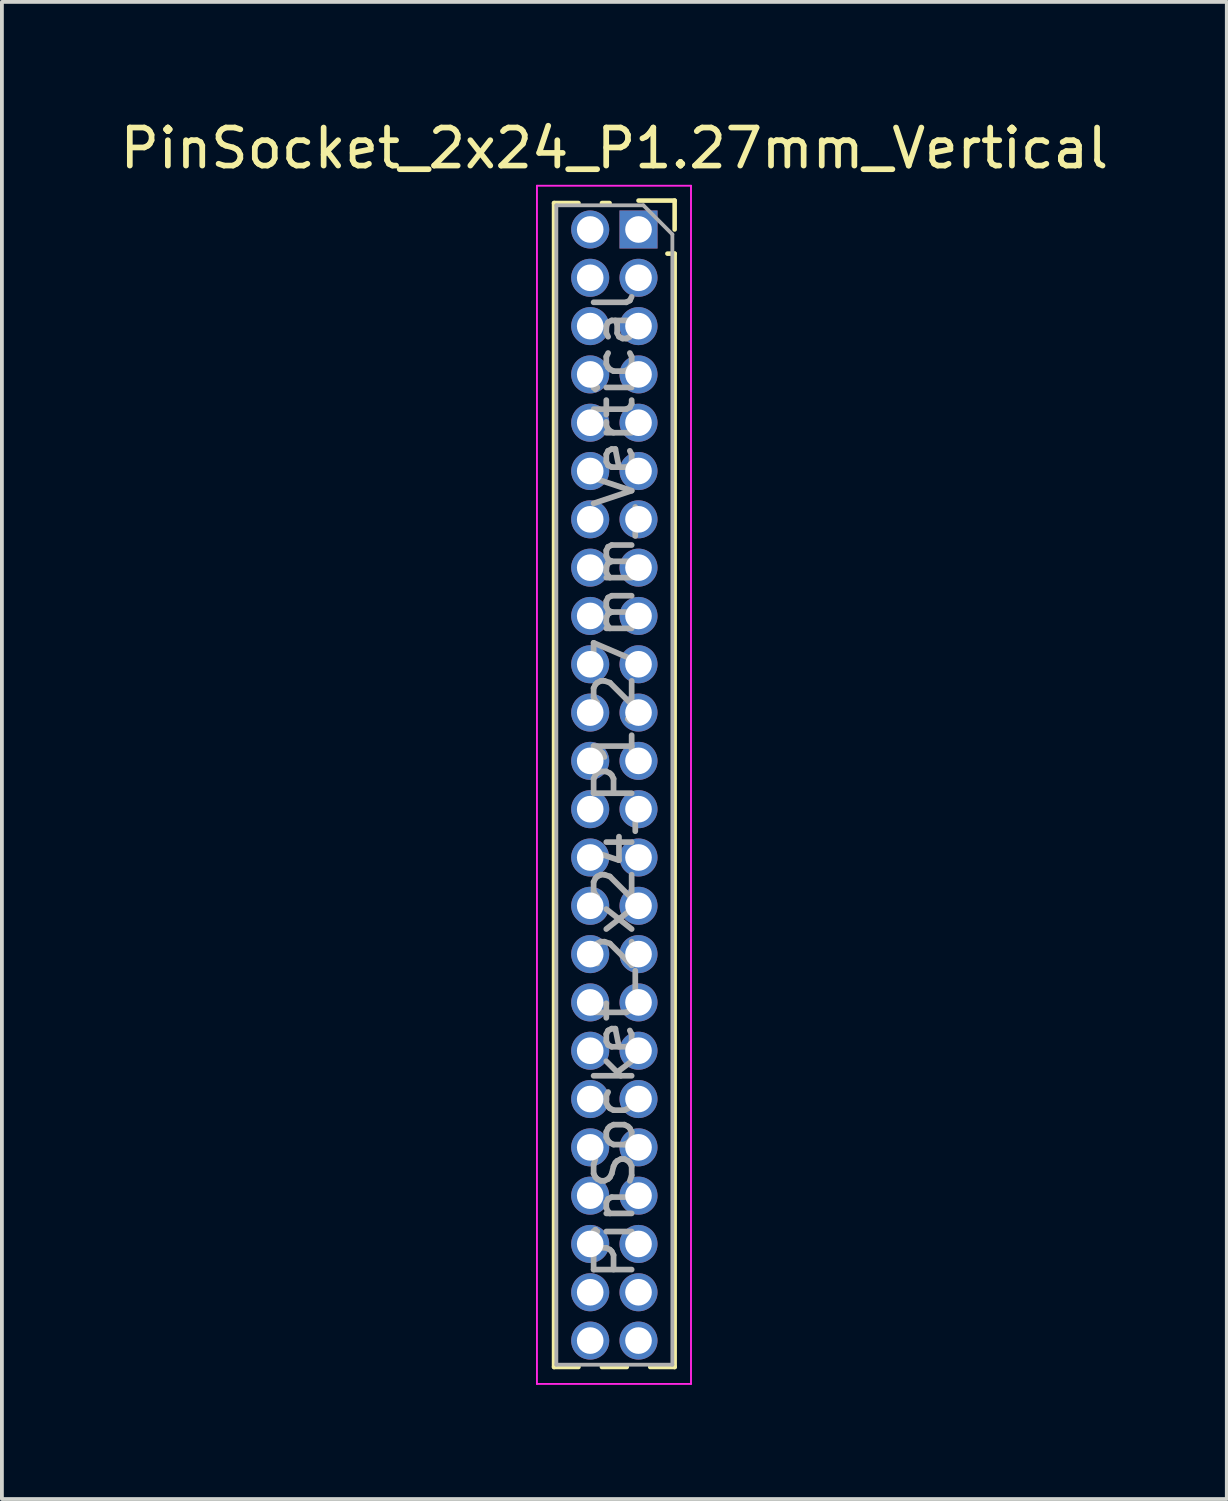
<source format=kicad_pcb>
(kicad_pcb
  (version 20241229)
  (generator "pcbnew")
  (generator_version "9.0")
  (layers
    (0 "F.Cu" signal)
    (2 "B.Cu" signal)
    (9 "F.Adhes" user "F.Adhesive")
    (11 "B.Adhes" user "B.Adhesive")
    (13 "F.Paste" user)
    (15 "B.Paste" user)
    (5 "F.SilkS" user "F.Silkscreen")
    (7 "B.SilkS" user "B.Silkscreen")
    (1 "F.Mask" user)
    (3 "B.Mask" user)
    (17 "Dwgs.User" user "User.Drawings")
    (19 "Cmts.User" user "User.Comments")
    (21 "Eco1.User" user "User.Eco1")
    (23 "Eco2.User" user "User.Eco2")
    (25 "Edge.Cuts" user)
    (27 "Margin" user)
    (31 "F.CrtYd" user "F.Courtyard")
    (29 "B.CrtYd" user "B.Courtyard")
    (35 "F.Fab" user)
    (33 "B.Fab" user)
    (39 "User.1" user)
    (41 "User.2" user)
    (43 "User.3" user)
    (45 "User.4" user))
  (footprint "PinSocket_2x24_P1.27mm_Vertical"
    (layer "F.Cu")
    (at 13.736 2.983)
    (property "Reference" "PinSocket_2x24_P1.27mm_Vertical" (at -0.635 -2.135 0) (layer "F.SilkS") (effects (font (size 1 1) (thickness 0.15))))
    (attr through_hole)
    (fp_line (start -2.22 -0.695) (end -2.22 29.905) (stroke (width 0.12) (type solid)) (layer "F.SilkS"))
    (fp_line (start -2.22 -0.695) (end -1.578 -0.695) (stroke (width 0.12) (type solid)) (layer "F.SilkS"))
    (fp_line (start -2.22 29.905) (end -1.578 29.905) (stroke (width 0.12) (type solid)) (layer "F.SilkS"))
    (fp_line (start -0.962 -0.695) (end -0.76 -0.695) (stroke (width 0.12) (type solid)) (layer "F.SilkS"))
    (fp_line (start -0.962 29.905) (end -0.308 29.905) (stroke (width 0.12) (type solid)) (layer "F.SilkS"))
    (fp_line (start 0 -0.76) (end 0.95 -0.76) (stroke (width 0.12) (type solid)) (layer "F.SilkS"))
    (fp_line (start 0.308 29.905) (end 0.95 29.905) (stroke (width 0.12) (type solid)) (layer "F.SilkS"))
    (fp_line (start 0.76 0.635) (end 0.95 0.635) (stroke (width 0.12) (type solid)) (layer "F.SilkS"))
    (fp_line (start 0.95 -0.76) (end 0.95 0) (stroke (width 0.12) (type solid)) (layer "F.SilkS"))
    (fp_line (start 0.95 0.635) (end 0.95 29.905) (stroke (width 0.12) (type solid)) (layer "F.SilkS"))
    (fp_line (start -2.67 -1.15) (end 1.38 -1.15) (stroke (width 0.05) (type solid)) (layer "F.CrtYd"))
    (fp_line (start -2.67 30.35) (end -2.67 -1.15) (stroke (width 0.05) (type solid)) (layer "F.CrtYd"))
    (fp_line (start 1.38 -1.15) (end 1.38 30.35) (stroke (width 0.05) (type solid)) (layer "F.CrtYd"))
    (fp_line (start 1.38 30.35) (end -2.67 30.35) (stroke (width 0.05) (type solid)) (layer "F.CrtYd"))
    (fp_line (start -2.16 -0.635) (end 0.128 -0.635) (stroke (width 0.1) (type solid)) (layer "F.Fab"))
    (fp_line (start -2.16 29.845) (end -2.16 -0.635) (stroke (width 0.1) (type solid)) (layer "F.Fab"))
    (fp_line (start 0.128 -0.635) (end 0.89 0.128) (stroke (width 0.1) (type solid)) (layer "F.Fab"))
    (fp_line (start 0.89 0.128) (end 0.89 29.845) (stroke (width 0.1) (type solid)) (layer "F.Fab"))
    (fp_line (start 0.89 29.845) (end -2.16 29.845) (stroke (width 0.1) (type solid)) (layer "F.Fab"))
    (fp_text user "${REFERENCE}" (at -0.635 14.605 90) (layer "F.Fab") (effects (font (size 1 1) (thickness 0.15))))
    (pad "1" thru_hole rect (at 0 0) (size 1 1) (drill 0.7) (layers "*.Cu" "*.Mask"))
    (pad "2" thru_hole oval (at -1.27 0) (size 1 1) (drill 0.7) (layers "*.Cu" "*.Mask"))
    (pad "3" thru_hole oval (at 0 1.27) (size 1 1) (drill 0.7) (layers "*.Cu" "*.Mask"))
    (pad "4" thru_hole oval (at -1.27 1.27) (size 1 1) (drill 0.7) (layers "*.Cu" "*.Mask"))
    (pad "5" thru_hole oval (at 0 2.54) (size 1 1) (drill 0.7) (layers "*.Cu" "*.Mask"))
    (pad "6" thru_hole oval (at -1.27 2.54) (size 1 1) (drill 0.7) (layers "*.Cu" "*.Mask"))
    (pad "7" thru_hole oval (at 0 3.81) (size 1 1) (drill 0.7) (layers "*.Cu" "*.Mask"))
    (pad "8" thru_hole oval (at -1.27 3.81) (size 1 1) (drill 0.7) (layers "*.Cu" "*.Mask"))
    (pad "9" thru_hole oval (at 0 5.08) (size 1 1) (drill 0.7) (layers "*.Cu" "*.Mask"))
    (pad "10" thru_hole oval (at -1.27 5.08) (size 1 1) (drill 0.7) (layers "*.Cu" "*.Mask"))
    (pad "11" thru_hole oval (at 0 6.35) (size 1 1) (drill 0.7) (layers "*.Cu" "*.Mask"))
    (pad "12" thru_hole oval (at -1.27 6.35) (size 1 1) (drill 0.7) (layers "*.Cu" "*.Mask"))
    (pad "13" thru_hole oval (at 0 7.62) (size 1 1) (drill 0.7) (layers "*.Cu" "*.Mask"))
    (pad "14" thru_hole oval (at -1.27 7.62) (size 1 1) (drill 0.7) (layers "*.Cu" "*.Mask"))
    (pad "15" thru_hole oval (at 0 8.89) (size 1 1) (drill 0.7) (layers "*.Cu" "*.Mask"))
    (pad "16" thru_hole oval (at -1.27 8.89) (size 1 1) (drill 0.7) (layers "*.Cu" "*.Mask"))
    (pad "17" thru_hole oval (at 0 10.16) (size 1 1) (drill 0.7) (layers "*.Cu" "*.Mask"))
    (pad "18" thru_hole oval (at -1.27 10.16) (size 1 1) (drill 0.7) (layers "*.Cu" "*.Mask"))
    (pad "19" thru_hole oval (at 0 11.43) (size 1 1) (drill 0.7) (layers "*.Cu" "*.Mask"))
    (pad "20" thru_hole oval (at -1.27 11.43) (size 1 1) (drill 0.7) (layers "*.Cu" "*.Mask"))
    (pad "21" thru_hole oval (at 0 12.7) (size 1 1) (drill 0.7) (layers "*.Cu" "*.Mask"))
    (pad "22" thru_hole oval (at -1.27 12.7) (size 1 1) (drill 0.7) (layers "*.Cu" "*.Mask"))
    (pad "23" thru_hole oval (at 0 13.97) (size 1 1) (drill 0.7) (layers "*.Cu" "*.Mask"))
    (pad "24" thru_hole oval (at -1.27 13.97) (size 1 1) (drill 0.7) (layers "*.Cu" "*.Mask"))
    (pad "25" thru_hole oval (at 0 15.24) (size 1 1) (drill 0.7) (layers "*.Cu" "*.Mask"))
    (pad "26" thru_hole oval (at -1.27 15.24) (size 1 1) (drill 0.7) (layers "*.Cu" "*.Mask"))
    (pad "27" thru_hole oval (at 0 16.51) (size 1 1) (drill 0.7) (layers "*.Cu" "*.Mask"))
    (pad "28" thru_hole oval (at -1.27 16.51) (size 1 1) (drill 0.7) (layers "*.Cu" "*.Mask"))
    (pad "29" thru_hole oval (at 0 17.78) (size 1 1) (drill 0.7) (layers "*.Cu" "*.Mask"))
    (pad "30" thru_hole oval (at -1.27 17.78) (size 1 1) (drill 0.7) (layers "*.Cu" "*.Mask"))
    (pad "31" thru_hole oval (at 0 19.05) (size 1 1) (drill 0.7) (layers "*.Cu" "*.Mask"))
    (pad "32" thru_hole oval (at -1.27 19.05) (size 1 1) (drill 0.7) (layers "*.Cu" "*.Mask"))
    (pad "33" thru_hole oval (at 0 20.32) (size 1 1) (drill 0.7) (layers "*.Cu" "*.Mask"))
    (pad "34" thru_hole oval (at -1.27 20.32) (size 1 1) (drill 0.7) (layers "*.Cu" "*.Mask"))
    (pad "35" thru_hole oval (at 0 21.59) (size 1 1) (drill 0.7) (layers "*.Cu" "*.Mask"))
    (pad "36" thru_hole oval (at -1.27 21.59) (size 1 1) (drill 0.7) (layers "*.Cu" "*.Mask"))
    (pad "37" thru_hole oval (at 0 22.86) (size 1 1) (drill 0.7) (layers "*.Cu" "*.Mask"))
    (pad "38" thru_hole oval (at -1.27 22.86) (size 1 1) (drill 0.7) (layers "*.Cu" "*.Mask"))
    (pad "39" thru_hole oval (at 0 24.13) (size 1 1) (drill 0.7) (layers "*.Cu" "*.Mask"))
    (pad "40" thru_hole oval (at -1.27 24.13) (size 1 1) (drill 0.7) (layers "*.Cu" "*.Mask"))
    (pad "41" thru_hole oval (at 0 25.4) (size 1 1) (drill 0.7) (layers "*.Cu" "*.Mask"))
    (pad "42" thru_hole oval (at -1.27 25.4) (size 1 1) (drill 0.7) (layers "*.Cu" "*.Mask"))
    (pad "43" thru_hole oval (at 0 26.67) (size 1 1) (drill 0.7) (layers "*.Cu" "*.Mask"))
    (pad "44" thru_hole oval (at -1.27 26.67) (size 1 1) (drill 0.7) (layers "*.Cu" "*.Mask"))
    (pad "45" thru_hole oval (at 0 27.94) (size 1 1) (drill 0.7) (layers "*.Cu" "*.Mask"))
    (pad "46" thru_hole oval (at -1.27 27.94) (size 1 1) (drill 0.7) (layers "*.Cu" "*.Mask"))
    (pad "47" thru_hole oval (at 0 29.21) (size 1 1) (drill 0.7) (layers "*.Cu" "*.Mask"))
    (pad "48" thru_hole oval (at -1.27 29.21) (size 1 1) (drill 0.7) (layers "*.Cu" "*.Mask")))
  (gr_rect
    (start -3 -3)
    (end 29.202 36.358)
    (stroke (width 0.1) (type default))
    (fill no)
    (layer "Edge.Cuts")))
</source>
